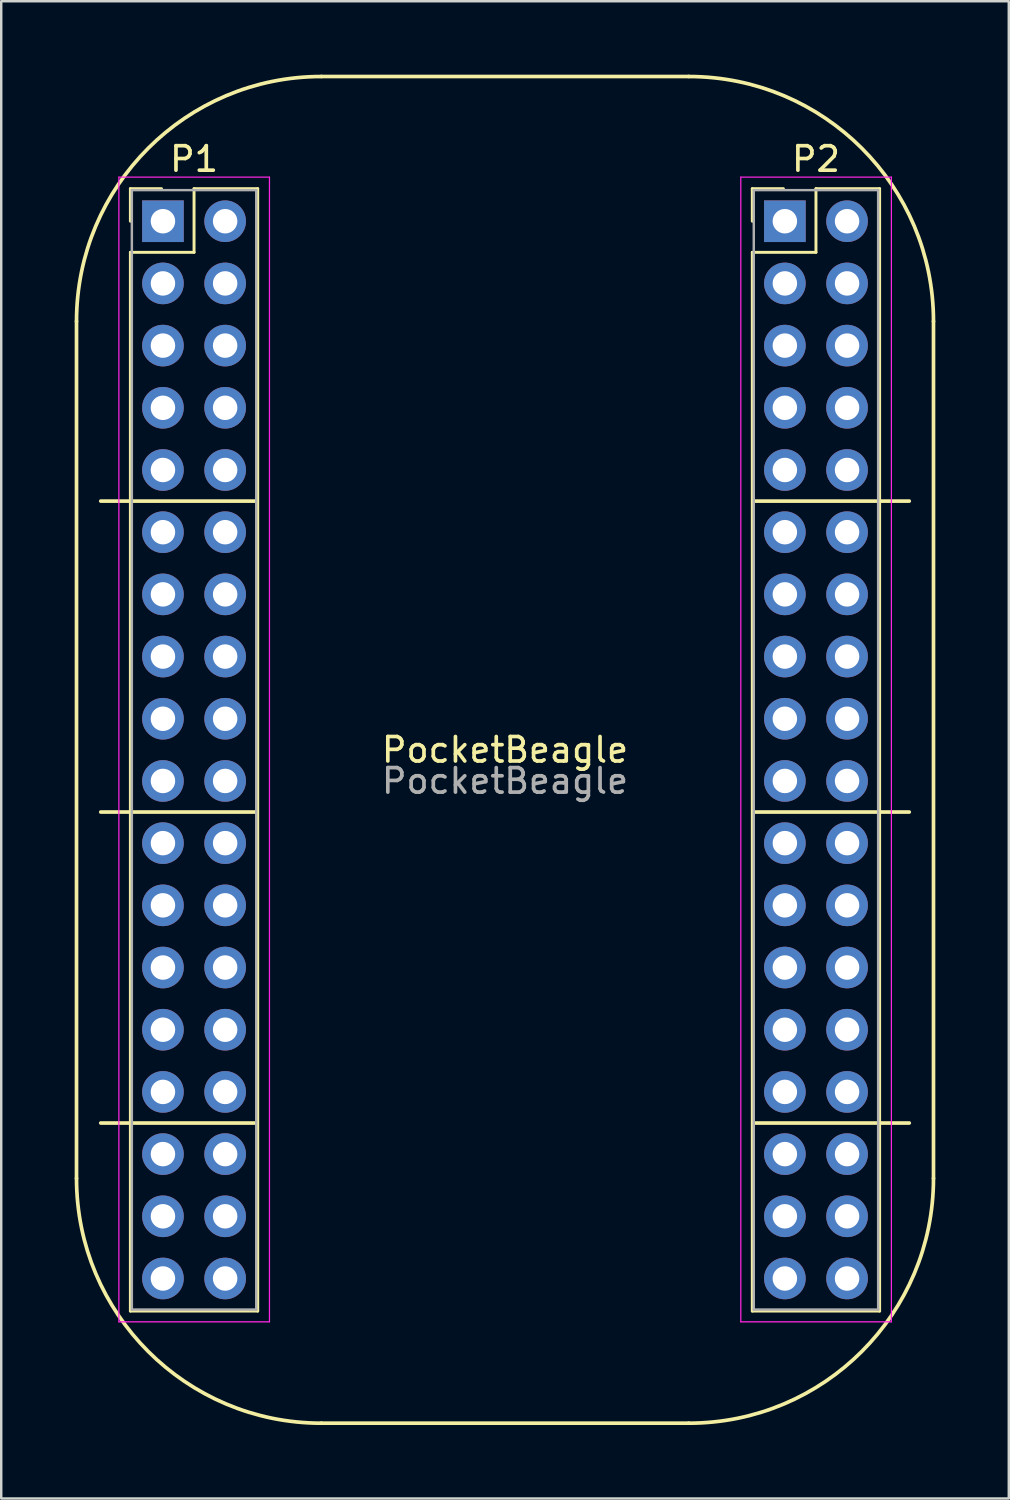
<source format=kicad_pcb>
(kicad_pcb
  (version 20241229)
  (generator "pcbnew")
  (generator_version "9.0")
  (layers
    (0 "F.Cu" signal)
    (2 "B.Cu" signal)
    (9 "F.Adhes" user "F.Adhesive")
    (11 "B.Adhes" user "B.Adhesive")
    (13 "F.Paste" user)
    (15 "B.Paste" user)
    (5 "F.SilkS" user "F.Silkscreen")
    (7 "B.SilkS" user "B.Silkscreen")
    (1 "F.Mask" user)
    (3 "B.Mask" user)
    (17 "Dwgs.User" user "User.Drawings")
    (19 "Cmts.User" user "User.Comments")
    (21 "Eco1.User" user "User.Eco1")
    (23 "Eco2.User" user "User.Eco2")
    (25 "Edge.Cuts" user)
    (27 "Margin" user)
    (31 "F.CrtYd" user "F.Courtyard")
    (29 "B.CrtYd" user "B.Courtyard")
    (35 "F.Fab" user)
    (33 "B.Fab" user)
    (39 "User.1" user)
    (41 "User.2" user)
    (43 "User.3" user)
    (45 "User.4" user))
  (footprint "PocketBeagle"
    (layer "F.Cu")
    (at 3.605 5.985)
    (property "Reference" "PocketBeagle" (at 13.97 21.59 0) (layer "F.SilkS") (effects (font (size 1 1) (thickness 0.15))))
    (attr through_hole)
    (fp_line (start -3.53 39.09) (end -3.53 4.09) (stroke (width 0.15) (type solid)) (layer "F.SilkS"))
    (fp_line (start -2.54 11.43) (end 3.81 11.43) (stroke (width 0.15) (type solid)) (layer "F.SilkS"))
    (fp_line (start -2.54 24.13) (end 3.81 24.13) (stroke (width 0.15) (type solid)) (layer "F.SilkS"))
    (fp_line (start -2.54 36.83) (end 3.81 36.83) (stroke (width 0.15) (type solid)) (layer "F.SilkS"))
    (fp_line (start -1.33 -1.33) (end -0.06 -1.33) (stroke (width 0.12) (type solid)) (layer "F.SilkS"))
    (fp_line (start -1.33 0) (end -1.33 -1.33) (stroke (width 0.12) (type solid)) (layer "F.SilkS"))
    (fp_line (start -1.33 1.27) (end -1.33 44.51) (stroke (width 0.12) (type solid)) (layer "F.SilkS"))
    (fp_line (start -1.33 44.51) (end 3.87 44.51) (stroke (width 0.12) (type solid)) (layer "F.SilkS"))
    (fp_line (start 1.27 -1.33) (end 1.27 1.27) (stroke (width 0.12) (type solid)) (layer "F.SilkS"))
    (fp_line (start 1.27 1.27) (end -1.33 1.27) (stroke (width 0.12) (type solid)) (layer "F.SilkS"))
    (fp_line (start 3.87 -1.33) (end 1.27 -1.33) (stroke (width 0.12) (type solid)) (layer "F.SilkS"))
    (fp_line (start 3.87 44.51) (end 3.87 -1.33) (stroke (width 0.12) (type solid)) (layer "F.SilkS"))
    (fp_line (start 6.47 -5.91) (end 21.47 -5.91) (stroke (width 0.15) (type solid)) (layer "F.SilkS"))
    (fp_line (start 21.47 49.09) (end 6.47 49.09) (stroke (width 0.15) (type solid)) (layer "F.SilkS"))
    (fp_line (start 24.07 -1.33) (end 25.34 -1.33) (stroke (width 0.12) (type solid)) (layer "F.SilkS"))
    (fp_line (start 24.07 0) (end 24.07 -1.33) (stroke (width 0.12) (type solid)) (layer "F.SilkS"))
    (fp_line (start 24.07 1.27) (end 24.07 44.51) (stroke (width 0.12) (type solid)) (layer "F.SilkS"))
    (fp_line (start 24.07 44.51) (end 29.27 44.51) (stroke (width 0.12) (type solid)) (layer "F.SilkS"))
    (fp_line (start 26.67 -1.33) (end 26.67 1.27) (stroke (width 0.12) (type solid)) (layer "F.SilkS"))
    (fp_line (start 26.67 1.27) (end 24.07 1.27) (stroke (width 0.12) (type solid)) (layer "F.SilkS"))
    (fp_line (start 29.27 -1.33) (end 26.67 -1.33) (stroke (width 0.12) (type solid)) (layer "F.SilkS"))
    (fp_line (start 29.27 44.51) (end 29.27 -1.33) (stroke (width 0.12) (type solid)) (layer "F.SilkS"))
    (fp_line (start 30.48 11.43) (end 24.13 11.43) (stroke (width 0.15) (type solid)) (layer "F.SilkS"))
    (fp_line (start 30.48 24.13) (end 24.13 24.13) (stroke (width 0.15) (type solid)) (layer "F.SilkS"))
    (fp_line (start 30.48 36.83) (end 24.13 36.83) (stroke (width 0.15) (type solid)) (layer "F.SilkS"))
    (fp_line (start 31.47 4.09) (end 31.47 39.09) (stroke (width 0.15) (type solid)) (layer "F.SilkS"))
    (fp_arc (start -3.53 4.09) (mid -0.601068 -2.981068) (end 6.47 -5.91) (stroke (width 0.15) (type solid)) (layer "F.SilkS"))
    (fp_arc (start 6.47 49.09) (mid -0.601068 46.161068) (end -3.53 39.09) (stroke (width 0.15) (type solid)) (layer "F.SilkS"))
    (fp_arc (start 21.47 -5.91) (mid 28.541068 -2.981068) (end 31.47 4.09) (stroke (width 0.15) (type solid)) (layer "F.SilkS"))
    (fp_arc (start 31.47 39.09) (mid 28.541068 46.161068) (end 21.47 49.09) (stroke (width 0.15) (type solid)) (layer "F.SilkS"))
    (fp_line (start -1.8 -1.8) (end 4.35 -1.8) (stroke (width 0.05) (type solid)) (layer "F.CrtYd"))
    (fp_line (start -1.8 44.95) (end -1.8 -1.8) (stroke (width 0.05) (type solid)) (layer "F.CrtYd"))
    (fp_line (start 4.35 -1.8) (end 4.35 44.95) (stroke (width 0.05) (type solid)) (layer "F.CrtYd"))
    (fp_line (start 4.35 44.95) (end -1.8 44.95) (stroke (width 0.05) (type solid)) (layer "F.CrtYd"))
    (fp_line (start 23.6 -1.8) (end 29.75 -1.8) (stroke (width 0.05) (type solid)) (layer "F.CrtYd"))
    (fp_line (start 23.6 44.95) (end 23.6 -1.8) (stroke (width 0.05) (type solid)) (layer "F.CrtYd"))
    (fp_line (start 29.75 -1.8) (end 29.75 44.95) (stroke (width 0.05) (type solid)) (layer "F.CrtYd"))
    (fp_line (start 29.75 44.95) (end 23.6 44.95) (stroke (width 0.05) (type solid)) (layer "F.CrtYd"))
    (fp_line (start -1.27 -1.27) (end 3.81 -1.27) (stroke (width 0.1) (type solid)) (layer "F.Fab"))
    (fp_line (start -1.27 44.45) (end -1.27 -1.27) (stroke (width 0.1) (type solid)) (layer "F.Fab"))
    (fp_line (start 3.81 -1.27) (end 3.81 44.45) (stroke (width 0.1) (type solid)) (layer "F.Fab"))
    (fp_line (start 3.81 44.45) (end -1.27 44.45) (stroke (width 0.1) (type solid)) (layer "F.Fab"))
    (fp_line (start 24.13 -1.27) (end 29.21 -1.27) (stroke (width 0.1) (type solid)) (layer "F.Fab"))
    (fp_line (start 24.13 44.45) (end 24.13 -1.27) (stroke (width 0.1) (type solid)) (layer "F.Fab"))
    (fp_line (start 29.21 -1.27) (end 29.21 44.45) (stroke (width 0.1) (type solid)) (layer "F.Fab"))
    (fp_line (start 29.21 44.45) (end 24.13 44.45) (stroke (width 0.1) (type solid)) (layer "F.Fab"))
    (fp_text user "P2" (at 26.67 -2.54 0) (layer "F.SilkS") (effects (font (size 1 1) (thickness 0.15))))
    (fp_text user "P1" (at 1.27 -2.54 0) (layer "F.SilkS") (effects (font (size 1 1) (thickness 0.15))))
    (fp_text user "${REFERENCE}" (at 13.97 22.86 0) (layer "F.Fab") (effects (font (size 1 1) (thickness 0.15))))
    (pad "1.1" thru_hole rect (at 0 0) (size 1.7 1.7) (drill 1) (layers "*.Cu" "*.Mask"))
    (pad "1.2" thru_hole oval (at 2.54 0) (size 1.7 1.7) (drill 1) (layers "*.Cu" "*.Mask"))
    (pad "1.3" thru_hole oval (at 0 2.54) (size 1.7 1.7) (drill 1) (layers "*.Cu" "*.Mask"))
    (pad "1.4" thru_hole oval (at 2.54 2.54) (size 1.7 1.7) (drill 1) (layers "*.Cu" "*.Mask"))
    (pad "1.5" thru_hole oval (at 0 5.08) (size 1.7 1.7) (drill 1) (layers "*.Cu" "*.Mask"))
    (pad "1.6" thru_hole oval (at 2.54 5.08) (size 1.7 1.7) (drill 1) (layers "*.Cu" "*.Mask"))
    (pad "1.7" thru_hole oval (at 0 7.62) (size 1.7 1.7) (drill 1) (layers "*.Cu" "*.Mask"))
    (pad "1.8" thru_hole oval (at 2.54 7.62) (size 1.7 1.7) (drill 1) (layers "*.Cu" "*.Mask"))
    (pad "1.9" thru_hole oval (at 0 10.16) (size 1.7 1.7) (drill 1) (layers "*.Cu" "*.Mask"))
    (pad "1.10" thru_hole oval (at 2.54 10.16) (size 1.7 1.7) (drill 1) (layers "*.Cu" "*.Mask"))
    (pad "1.11" thru_hole oval (at 0 12.7) (size 1.7 1.7) (drill 1) (layers "*.Cu" "*.Mask"))
    (pad "1.12" thru_hole oval (at 2.54 12.7) (size 1.7 1.7) (drill 1) (layers "*.Cu" "*.Mask"))
    (pad "1.13" thru_hole oval (at 0 15.24) (size 1.7 1.7) (drill 1) (layers "*.Cu" "*.Mask"))
    (pad "1.14" thru_hole oval (at 2.54 15.24) (size 1.7 1.7) (drill 1) (layers "*.Cu" "*.Mask"))
    (pad "1.15" thru_hole oval (at 0 17.78) (size 1.7 1.7) (drill 1) (layers "*.Cu" "*.Mask"))
    (pad "1.16" thru_hole oval (at 2.54 17.78) (size 1.7 1.7) (drill 1) (layers "*.Cu" "*.Mask"))
    (pad "1.17" thru_hole oval (at 0 20.32) (size 1.7 1.7) (drill 1) (layers "*.Cu" "*.Mask"))
    (pad "1.18" thru_hole oval (at 2.54 20.32) (size 1.7 1.7) (drill 1) (layers "*.Cu" "*.Mask"))
    (pad "1.19" thru_hole oval (at 0 22.86) (size 1.7 1.7) (drill 1) (layers "*.Cu" "*.Mask"))
    (pad "1.20" thru_hole oval (at 2.54 22.86) (size 1.7 1.7) (drill 1) (layers "*.Cu" "*.Mask"))
    (pad "1.21" thru_hole oval (at 0 25.4) (size 1.7 1.7) (drill 1) (layers "*.Cu" "*.Mask"))
    (pad "1.22" thru_hole oval (at 2.54 25.4) (size 1.7 1.7) (drill 1) (layers "*.Cu" "*.Mask"))
    (pad "1.23" thru_hole oval (at 0 27.94) (size 1.7 1.7) (drill 1) (layers "*.Cu" "*.Mask"))
    (pad "1.24" thru_hole oval (at 2.54 27.94) (size 1.7 1.7) (drill 1) (layers "*.Cu" "*.Mask"))
    (pad "1.25" thru_hole oval (at 0 30.48) (size 1.7 1.7) (drill 1) (layers "*.Cu" "*.Mask"))
    (pad "1.26" thru_hole oval (at 2.54 30.48) (size 1.7 1.7) (drill 1) (layers "*.Cu" "*.Mask"))
    (pad "1.27" thru_hole oval (at 0 33.02) (size 1.7 1.7) (drill 1) (layers "*.Cu" "*.Mask"))
    (pad "1.28" thru_hole oval (at 2.54 33.02) (size 1.7 1.7) (drill 1) (layers "*.Cu" "*.Mask"))
    (pad "1.29" thru_hole oval (at 0 35.56) (size 1.7 1.7) (drill 1) (layers "*.Cu" "*.Mask"))
    (pad "1.30" thru_hole oval (at 2.54 35.56) (size 1.7 1.7) (drill 1) (layers "*.Cu" "*.Mask"))
    (pad "1.31" thru_hole oval (at 0 38.1) (size 1.7 1.7) (drill 1) (layers "*.Cu" "*.Mask"))
    (pad "1.32" thru_hole oval (at 2.54 38.1) (size 1.7 1.7) (drill 1) (layers "*.Cu" "*.Mask"))
    (pad "1.33" thru_hole oval (at 0 40.64) (size 1.7 1.7) (drill 1) (layers "*.Cu" "*.Mask"))
    (pad "1.34" thru_hole oval (at 2.54 40.64) (size 1.7 1.7) (drill 1) (layers "*.Cu" "*.Mask"))
    (pad "1.35" thru_hole oval (at 0 43.18) (size 1.7 1.7) (drill 1) (layers "*.Cu" "*.Mask"))
    (pad "1.36" thru_hole oval (at 2.54 43.18) (size 1.7 1.7) (drill 1) (layers "*.Cu" "*.Mask"))
    (pad "2.1" thru_hole rect (at 25.4 0) (size 1.7 1.7) (drill 1) (layers "*.Cu" "*.Mask"))
    (pad "2.2" thru_hole oval (at 27.94 0) (size 1.7 1.7) (drill 1) (layers "*.Cu" "*.Mask"))
    (pad "2.3" thru_hole oval (at 25.4 2.54) (size 1.7 1.7) (drill 1) (layers "*.Cu" "*.Mask"))
    (pad "2.4" thru_hole oval (at 27.94 2.54) (size 1.7 1.7) (drill 1) (layers "*.Cu" "*.Mask"))
    (pad "2.5" thru_hole oval (at 25.4 5.08) (size 1.7 1.7) (drill 1) (layers "*.Cu" "*.Mask"))
    (pad "2.6" thru_hole oval (at 27.94 5.08) (size 1.7 1.7) (drill 1) (layers "*.Cu" "*.Mask"))
    (pad "2.7" thru_hole oval (at 25.4 7.62) (size 1.7 1.7) (drill 1) (layers "*.Cu" "*.Mask"))
    (pad "2.8" thru_hole oval (at 27.94 7.62) (size 1.7 1.7) (drill 1) (layers "*.Cu" "*.Mask"))
    (pad "2.9" thru_hole oval (at 25.4 10.16) (size 1.7 1.7) (drill 1) (layers "*.Cu" "*.Mask"))
    (pad "2.10" thru_hole oval (at 27.94 10.16) (size 1.7 1.7) (drill 1) (layers "*.Cu" "*.Mask"))
    (pad "2.11" thru_hole oval (at 25.4 12.7) (size 1.7 1.7) (drill 1) (layers "*.Cu" "*.Mask"))
    (pad "2.12" thru_hole oval (at 27.94 12.7) (size 1.7 1.7) (drill 1) (layers "*.Cu" "*.Mask"))
    (pad "2.13" thru_hole oval (at 25.4 15.24) (size 1.7 1.7) (drill 1) (layers "*.Cu" "*.Mask"))
    (pad "2.14" thru_hole oval (at 27.94 15.24) (size 1.7 1.7) (drill 1) (layers "*.Cu" "*.Mask"))
    (pad "2.15" thru_hole oval (at 25.4 17.78) (size 1.7 1.7) (drill 1) (layers "*.Cu" "*.Mask"))
    (pad "2.16" thru_hole oval (at 27.94 17.78) (size 1.7 1.7) (drill 1) (layers "*.Cu" "*.Mask"))
    (pad "2.17" thru_hole oval (at 25.4 20.32) (size 1.7 1.7) (drill 1) (layers "*.Cu" "*.Mask"))
    (pad "2.18" thru_hole oval (at 27.94 20.32) (size 1.7 1.7) (drill 1) (layers "*.Cu" "*.Mask"))
    (pad "2.19" thru_hole oval (at 25.4 22.86) (size 1.7 1.7) (drill 1) (layers "*.Cu" "*.Mask"))
    (pad "2.20" thru_hole oval (at 27.94 22.86) (size 1.7 1.7) (drill 1) (layers "*.Cu" "*.Mask"))
    (pad "2.21" thru_hole oval (at 25.4 25.4) (size 1.7 1.7) (drill 1) (layers "*.Cu" "*.Mask"))
    (pad "2.22" thru_hole oval (at 27.94 25.4) (size 1.7 1.7) (drill 1) (layers "*.Cu" "*.Mask"))
    (pad "2.23" thru_hole oval (at 25.4 27.94) (size 1.7 1.7) (drill 1) (layers "*.Cu" "*.Mask"))
    (pad "2.24" thru_hole oval (at 27.94 27.94) (size 1.7 1.7) (drill 1) (layers "*.Cu" "*.Mask"))
    (pad "2.25" thru_hole oval (at 25.4 30.48) (size 1.7 1.7) (drill 1) (layers "*.Cu" "*.Mask"))
    (pad "2.26" thru_hole oval (at 27.94 30.48) (size 1.7 1.7) (drill 1) (layers "*.Cu" "*.Mask"))
    (pad "2.27" thru_hole oval (at 25.4 33.02) (size 1.7 1.7) (drill 1) (layers "*.Cu" "*.Mask"))
    (pad "2.28" thru_hole oval (at 27.94 33.02) (size 1.7 1.7) (drill 1) (layers "*.Cu" "*.Mask"))
    (pad "2.29" thru_hole oval (at 25.4 35.56) (size 1.7 1.7) (drill 1) (layers "*.Cu" "*.Mask"))
    (pad "2.30" thru_hole oval (at 27.94 35.56) (size 1.7 1.7) (drill 1) (layers "*.Cu" "*.Mask"))
    (pad "2.31" thru_hole oval (at 25.4 38.1) (size 1.7 1.7) (drill 1) (layers "*.Cu" "*.Mask"))
    (pad "2.32" thru_hole oval (at 27.94 38.1) (size 1.7 1.7) (drill 1) (layers "*.Cu" "*.Mask"))
    (pad "2.33" thru_hole oval (at 25.4 40.64) (size 1.7 1.7) (drill 1) (layers "*.Cu" "*.Mask"))
    (pad "2.34" thru_hole oval (at 27.94 40.64) (size 1.7 1.7) (drill 1) (layers "*.Cu" "*.Mask"))
    (pad "2.35" thru_hole oval (at 25.4 43.18) (size 1.7 1.7) (drill 1) (layers "*.Cu" "*.Mask"))
    (pad "2.36" thru_hole oval (at 27.94 43.18) (size 1.7 1.7) (drill 1) (layers "*.Cu" "*.Mask")))
  (gr_rect
    (start -3 -3)
    (end 38.15 58.15)
    (stroke (width 0.1) (type default))
    (fill no)
    (layer "Edge.Cuts")))
</source>
